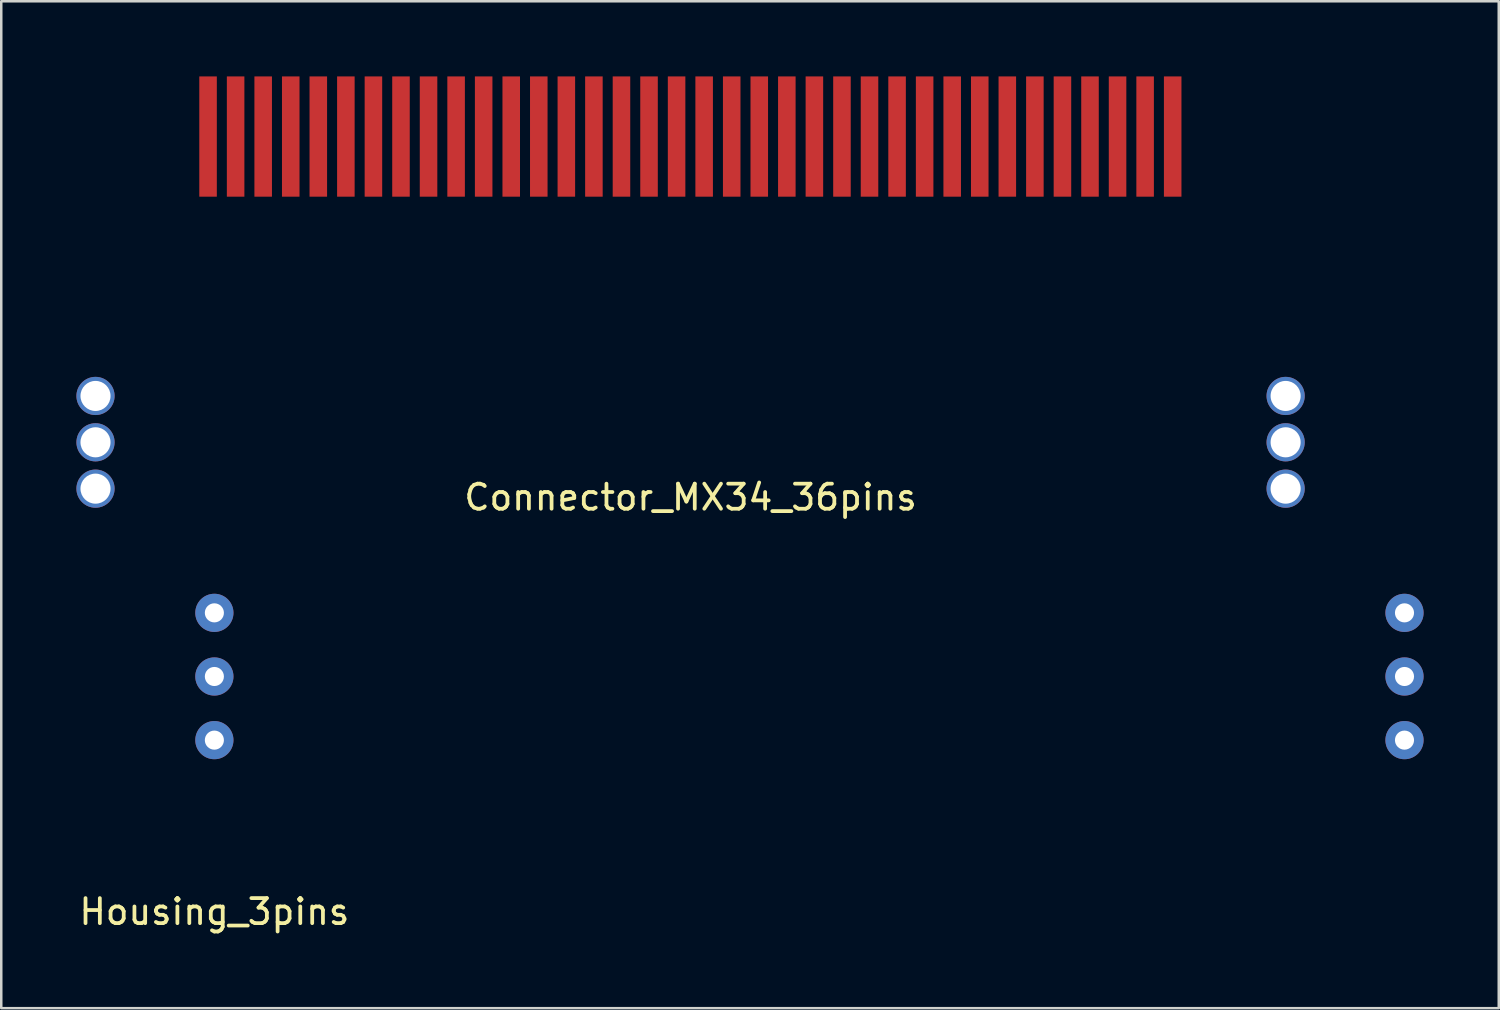
<source format=kicad_pcb>
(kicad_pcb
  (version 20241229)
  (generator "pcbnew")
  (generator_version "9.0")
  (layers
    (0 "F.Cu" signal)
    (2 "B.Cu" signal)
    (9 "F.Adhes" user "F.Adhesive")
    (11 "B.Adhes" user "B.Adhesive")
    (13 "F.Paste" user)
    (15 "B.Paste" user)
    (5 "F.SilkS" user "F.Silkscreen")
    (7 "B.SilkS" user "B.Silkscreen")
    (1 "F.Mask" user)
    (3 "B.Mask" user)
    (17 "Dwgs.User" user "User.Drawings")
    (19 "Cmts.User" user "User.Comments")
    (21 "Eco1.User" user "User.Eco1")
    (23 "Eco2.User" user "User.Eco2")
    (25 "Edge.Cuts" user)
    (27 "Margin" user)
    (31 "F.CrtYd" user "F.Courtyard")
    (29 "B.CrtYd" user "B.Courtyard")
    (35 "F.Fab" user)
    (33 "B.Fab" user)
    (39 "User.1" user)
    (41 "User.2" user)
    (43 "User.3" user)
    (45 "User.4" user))
  (footprint "Housing_3pins"
    (layer "F.Cu")
    (at 5.506 32.84)
    (property "Reference" "Housing_3pins" (at 0 0.5 0) (layer "F.SilkS") (effects (font (size 1 1) (thickness 0.15))))
    (attr through_hole)
    (pad "1" thru_hole circle (at 0 -11.43) (size 1.524 1.524) (drill 0.762) (layers "*.Cu" "*.Mask"))
    (pad "2" thru_hole circle (at 47.5 -11.43) (size 1.524 1.524) (drill 0.762) (layers "*.Cu" "*.Mask"))
    (pad "3" thru_hole circle (at 0 -8.89) (size 1.524 1.524) (drill 0.762) (layers "*.Cu" "*.Mask"))
    (pad "4" thru_hole circle (at 47.5 -8.89) (size 1.524 1.524) (drill 0.762) (layers "*.Cu" "*.Mask"))
    (pad "5" thru_hole circle (at 0 -6.35) (size 1.524 1.524) (drill 0.762) (layers "*.Cu" "*.Mask"))
    (pad "6" thru_hole circle (at 47.5 -6.35) (size 1.524 1.524) (drill 0.762) (layers "*.Cu" "*.Mask")))
  (footprint "Connector_MX34_36pins"
    (layer "F.Cu")
    (at 24.512 12.989)
    (property "Reference" "Connector_MX34_36pins" (at 0 3.81 0) (layer "F.SilkS") (effects (font (size 1 1) (thickness 0.15))))
    (attr through_hole)
    (pad "1" smd rect (at -18.158 -10.589) (size 0.7 4.8) (layers "F.Cu" "F.Mask" "F.Paste"))
    (pad "3" smd rect (at -15.958 -10.589) (size 0.7 4.8) (layers "F.Cu" "F.Mask" "F.Paste"))
    (pad "5" smd rect (at -13.758 -10.589) (size 0.7 4.8) (layers "F.Cu" "F.Mask" "F.Paste"))
    (pad "7" smd rect (at -11.558 -10.589) (size 0.7 4.8) (layers "F.Cu" "F.Mask" "F.Paste"))
    (pad "9" smd rect (at -9.358 -10.589) (size 0.7 4.8) (layers "F.Cu" "F.Mask" "F.Paste"))
    (pad "11" smd rect (at -7.158 -10.589) (size 0.7 4.8) (layers "F.Cu" "F.Mask" "F.Paste"))
    (pad "13" smd rect (at -4.958 -10.589) (size 0.7 4.8) (layers "F.Cu" "F.Mask" "F.Paste"))
    (pad "15" smd rect (at -2.758 -10.589) (size 0.7 4.8) (layers "F.Cu" "F.Mask" "F.Paste"))
    (pad "17" smd rect (at -0.558 -10.589) (size 0.7 4.8) (layers "F.Cu" "F.Mask" "F.Paste"))
    (pad "19" smd rect (at 1.642 -10.589) (size 0.7 4.8) (layers "F.Cu" "F.Mask" "F.Paste"))
    (pad "20" smd rect (at -19.258 -10.589) (size 0.7 4.8) (layers "F.Cu" "F.Mask" "F.Paste"))
    (pad "21" smd rect (at 3.842 -10.589) (size 0.7 4.8) (layers "F.Cu" "F.Mask" "F.Paste"))
    (pad "22" smd rect (at -17.058 -10.589) (size 0.7 4.8) (layers "F.Cu" "F.Mask" "F.Paste"))
    (pad "24" smd rect (at -14.858 -10.589) (size 0.7 4.8) (layers "F.Cu" "F.Mask" "F.Paste"))
    (pad "26" smd rect (at 7.142 -10.589) (size 0.7 4.8) (layers "F.Cu" "F.Mask" "F.Paste"))
    (pad "30" smd rect (at 8.242 -10.589) (size 0.7 4.8) (layers "F.Cu" "F.Mask" "F.Paste"))
    (pad "34" smd rect (at 4.942 -10.589) (size 0.7 4.8) (layers "F.Cu" "F.Mask" "F.Paste"))
    (pad "35" smd rect (at 6.042 -10.589) (size 0.7 4.8) (layers "F.Cu" "F.Mask" "F.Paste"))
    (pad "36" smd rect (at -1.658 -10.589) (size 0.7 4.8) (layers "F.Cu" "F.Mask" "F.Paste"))
    (pad "37" smd rect (at -6.058 -10.589) (size 0.7 4.8) (layers "F.Cu" "F.Mask" "F.Paste"))
    (pad "38" smd rect (at -10.458 -10.589) (size 0.7 4.8) (layers "F.Cu" "F.Mask" "F.Paste"))
    (pad "39" smd rect (at 2.742 -10.589) (size 0.7 4.8) (layers "F.Cu" "F.Mask" "F.Paste"))
    (pad "40" smd rect (at 0.542 -10.589) (size 0.7 4.8) (layers "F.Cu" "F.Mask" "F.Paste"))
    (pad "41" smd rect (at -3.858 -10.589) (size 0.7 4.8) (layers "F.Cu" "F.Mask" "F.Paste"))
    (pad "42" smd rect (at -8.258 -10.589) (size 0.7 4.8) (layers "F.Cu" "F.Mask" "F.Paste"))
    (pad "43" smd rect (at -12.658 -10.589) (size 0.7 4.8) (layers "F.Cu" "F.Mask" "F.Paste"))
    (pad "44" smd rect (at 9.342 -10.589) (size 0.7 4.8) (layers "F.Cu" "F.Mask" "F.Paste"))
    (pad "45" smd rect (at 10.442 -10.589) (size 0.7 4.8) (layers "F.Cu" "F.Mask" "F.Paste"))
    (pad "46" smd rect (at 11.542 -10.589) (size 0.7 4.8) (layers "F.Cu" "F.Mask" "F.Paste"))
    (pad "47" smd rect (at 12.642 -10.589) (size 0.7 4.8) (layers "F.Cu" "F.Mask" "F.Paste"))
    (pad "48" smd rect (at 13.742 -10.589) (size 0.7 4.8) (layers "F.Cu" "F.Mask" "F.Paste"))
    (pad "49" smd rect (at 14.842 -10.589) (size 0.7 4.8) (layers "F.Cu" "F.Mask" "F.Paste"))
    (pad "50" smd rect (at 15.942 -10.589) (size 0.7 4.8) (layers "F.Cu" "F.Mask" "F.Paste"))
    (pad "51" smd rect (at 17.042 -10.589) (size 0.7 4.8) (layers "F.Cu" "F.Mask" "F.Paste"))
    (pad "52" smd rect (at 19.242 -10.589) (size 0.7 4.8) (layers "F.Cu" "F.Mask" "F.Paste"))
    (pad "60" thru_hole circle (at -23.75 -0.236) (size 1.524 1.524) (drill 1.2) (layers "*.Cu" "*.Mask"))
    (pad "70" thru_hole circle (at -23.75 1.614) (size 1.524 1.524) (drill 1.2) (layers "*.Cu" "*.Mask"))
    (pad "80" thru_hole circle (at -23.75 3.464) (size 1.524 1.524) (drill 1.2) (layers "*.Cu" "*.Mask"))
    (pad "90" thru_hole circle (at 23.75 -0.236) (size 1.524 1.524) (drill 1.2) (layers "*.Cu" "*.Mask"))
    (pad "100" thru_hole circle (at 23.75 1.614) (size 1.524 1.524) (drill 1.2) (layers "*.Cu" "*.Mask"))
    (pad "110" thru_hole circle (at 23.75 3.464) (size 1.524 1.524) (drill 1.2) (layers "*.Cu" "*.Mask"))
    (pad "GND" smd rect (at 18.142 -10.589) (size 0.7 4.8) (layers "F.Cu" "F.Mask" "F.Paste")))
  (gr_rect
    (start -3 -3)
    (end 56.768 37.188)
    (stroke (width 0.1) (type default))
    (fill no)
    (layer "Edge.Cuts")))
</source>
